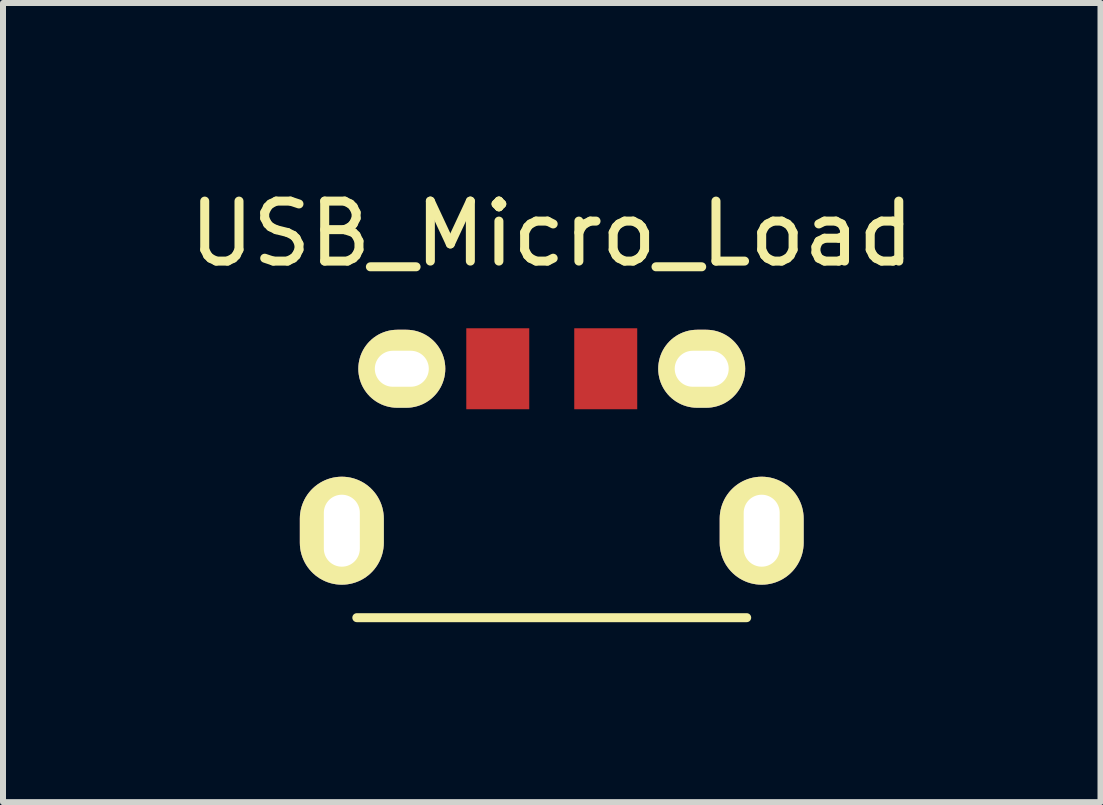
<source format=kicad_pcb>
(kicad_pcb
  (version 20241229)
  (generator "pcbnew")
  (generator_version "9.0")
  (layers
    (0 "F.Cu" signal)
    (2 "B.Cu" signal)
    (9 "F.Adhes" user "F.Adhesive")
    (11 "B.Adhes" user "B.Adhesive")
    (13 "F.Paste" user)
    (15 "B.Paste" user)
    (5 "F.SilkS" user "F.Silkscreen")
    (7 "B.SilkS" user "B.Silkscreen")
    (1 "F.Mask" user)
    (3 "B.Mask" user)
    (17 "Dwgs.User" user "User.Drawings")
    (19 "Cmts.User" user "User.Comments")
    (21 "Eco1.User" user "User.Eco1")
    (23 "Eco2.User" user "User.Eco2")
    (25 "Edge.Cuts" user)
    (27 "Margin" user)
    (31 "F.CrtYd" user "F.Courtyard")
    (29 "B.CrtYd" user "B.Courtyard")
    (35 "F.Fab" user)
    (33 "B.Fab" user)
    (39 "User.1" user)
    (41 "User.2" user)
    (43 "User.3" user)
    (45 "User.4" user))
  (footprint "USB_Micro_Load"
    (layer "F.Cu")
    (at 6.149 5.798)
    (property "Reference" "USB_Micro_Load" (at 0 -4.95 0) (layer "F.SilkS") (effects (font (size 1 1) (thickness 0.15))))
    (attr through_hole)
    (fp_line (start 3.25 1.45) (end -3.25 1.45) (stroke (width 0.15) (type solid)) (layer "F.SilkS"))
    (pad "1" smd rect (at -0.9 -2.7) (size 1.05 1.35) (layers "F.Cu" "F.Mask" "F.Paste"))
    (pad "2" smd rect (at 0.9 -2.7) (size 1.05 1.35) (layers "F.Cu" "F.Mask" "F.Paste"))
    (pad "3" thru_hole oval (at -2.5 -2.7) (size 1.45 1.3) (drill oval 0.9 0.6) (layers "*.Cu" "*.Mask" "F.SilkS"))
    (pad "4" thru_hole oval (at 2.5 -2.7) (size 1.45 1.3) (drill oval 0.9 0.6) (layers "*.Cu" "*.Mask" "F.SilkS"))
    (pad "5" thru_hole oval (at -3.5 0) (size 1.4 1.8) (drill oval 0.6 1.2) (layers "*.Cu" "*.Mask" "F.SilkS"))
    (pad "6" thru_hole oval (at 3.5 0) (size 1.4 1.8) (drill oval 0.6 1.2) (layers "*.Cu" "*.Mask" "F.SilkS")))
  (gr_rect
    (start -3 -3)
    (end 15.298 10.323)
    (stroke (width 0.1) (type default))
    (fill no)
    (layer "Edge.Cuts")))
</source>
